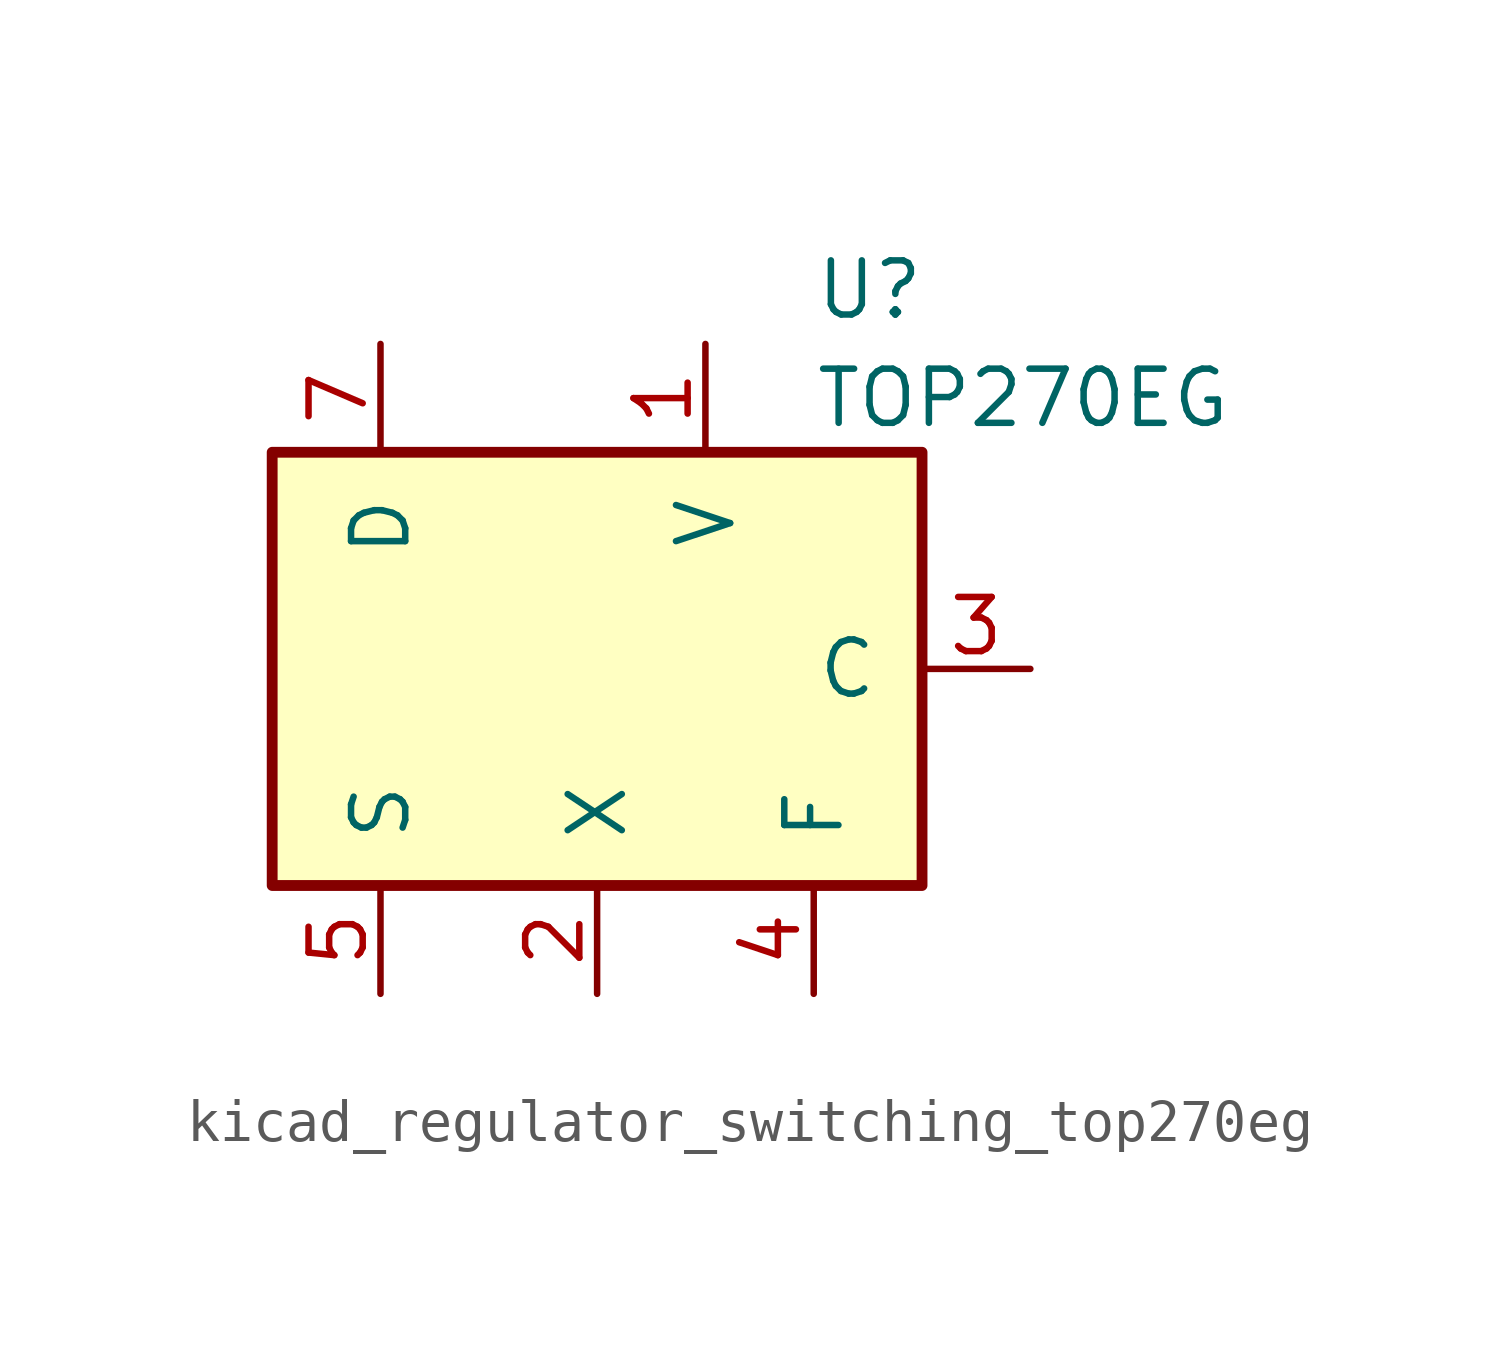
<source format=kicad_sym>
(kicad_symbol_lib
  (version 20220914)
  (generator kicad_symbol_editor)
  (symbol "kicad_regulator_switching_top270eg"
    (pin_names
      (offset 1.016))
    (property "Reference" "U"
      (at 5.08 8.89 0)
      (effects (font (size 1.27 1.27)) (justify left)))
    (property "Value" "TOP270EG"
      (at 5.08 6.35 0)
      (effects (font (size 1.27 1.27)) (justify left)))
    (symbol "kicad_regulator_switching_top270eg_0_1"
      (rectangle (start -7.62 5.08) (end 7.62 -5.08) (stroke (width 0.254) (type default)) (fill (type background))))
    (symbol "kicad_regulator_switching_top270eg_1_1"
      (pin input line (at 2.54 7.62 270) (length 2.54) (name "V" (effects (font (size 1.27 1.27)))) (number "1" (effects (font (size 1.27 1.27)))))
      (pin input line (at 0 -7.62 90) (length 2.54) (name "X" (effects (font (size 1.27 1.27)))) (number "2" (effects (font (size 1.27 1.27)))))
      (pin input line (at 10.16 0 180) (length 2.54) (name "C" (effects (font (size 1.27 1.27)))) (number "3" (effects (font (size 1.27 1.27)))))
      (pin passive line (at 5.08 -7.62 90) (length 2.54) (name "F" (effects (font (size 1.27 1.27)))) (number "4" (effects (font (size 1.27 1.27)))))
      (pin power_in line (at -5.08 -7.62 90) (length 2.54) (name "S" (effects (font (size 1.27 1.27)))) (number "5" (effects (font (size 1.27 1.27)))))
      (pin open_collector line (at -5.08 7.62 270) (length 2.54) (name "D" (effects (font (size 1.27 1.27)))) (number "7" (effects (font (size 1.27 1.27))))))))
</source>
